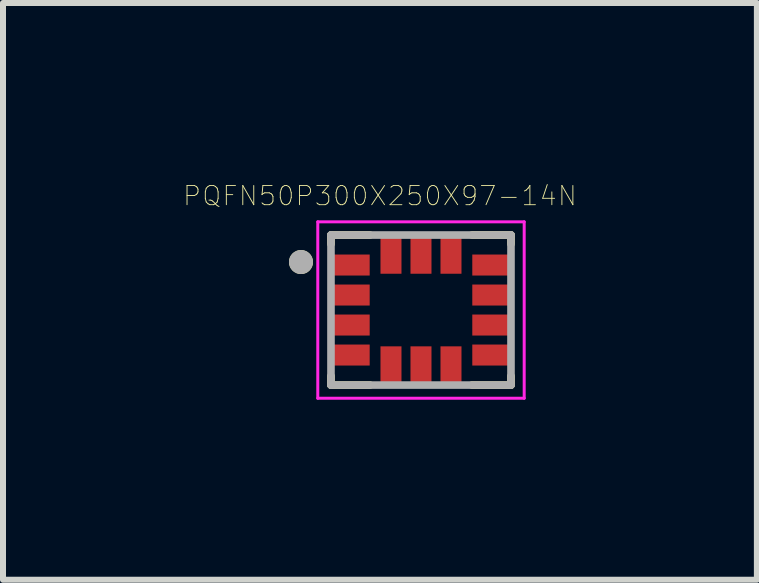
<source format=kicad_pcb>
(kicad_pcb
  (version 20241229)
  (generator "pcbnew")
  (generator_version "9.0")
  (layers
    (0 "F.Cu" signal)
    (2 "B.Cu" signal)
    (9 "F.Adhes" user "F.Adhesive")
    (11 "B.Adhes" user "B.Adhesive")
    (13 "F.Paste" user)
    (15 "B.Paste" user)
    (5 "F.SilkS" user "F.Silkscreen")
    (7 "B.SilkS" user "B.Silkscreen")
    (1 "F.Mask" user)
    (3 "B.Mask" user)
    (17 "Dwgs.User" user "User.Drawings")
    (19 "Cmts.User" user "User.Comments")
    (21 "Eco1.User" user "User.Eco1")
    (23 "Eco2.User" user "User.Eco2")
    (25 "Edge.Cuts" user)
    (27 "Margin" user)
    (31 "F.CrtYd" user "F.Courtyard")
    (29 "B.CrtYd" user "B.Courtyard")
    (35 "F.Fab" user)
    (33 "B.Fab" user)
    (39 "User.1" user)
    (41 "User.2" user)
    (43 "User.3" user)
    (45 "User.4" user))
  (footprint "PQFN50P300X250X97-14N"
    (layer "F.Cu")
    (at 3.966 2.117)
    (property "Reference" "PQFN50P300X250X97-14N" (at -0.684 -1.903 0) (layer "F.SilkS") (effects (font (size 0.32 0.32) (thickness 0.015))))
    (attr through_hole)
    (fp_line (start -1.5 -1.25) (end -0.85 -1.25) (stroke (width 0.127) (type solid)) (layer "F.SilkS"))
    (fp_line (start -1.5 -1.1) (end -1.5 -1.25) (stroke (width 0.127) (type solid)) (layer "F.SilkS"))
    (fp_line (start -1.5 1.1) (end -1.5 1.25) (stroke (width 0.127) (type solid)) (layer "F.SilkS"))
    (fp_line (start -1.5 1.25) (end -0.85 1.25) (stroke (width 0.127) (type solid)) (layer "F.SilkS"))
    (fp_line (start 0.85 -1.25) (end 1.5 -1.25) (stroke (width 0.127) (type solid)) (layer "F.SilkS"))
    (fp_line (start 1.5 -1.25) (end 1.5 -1.1) (stroke (width 0.127) (type solid)) (layer "F.SilkS"))
    (fp_line (start 1.5 1.1) (end 1.5 1.25) (stroke (width 0.127) (type solid)) (layer "F.SilkS"))
    (fp_line (start 1.5 1.25) (end 0.85 1.25) (stroke (width 0.127) (type solid)) (layer "F.SilkS"))
    (fp_circle (center -2 -0.8) (end -1.9 -0.8) (stroke (width 0.2) (type solid)) (fill no) (layer "F.SilkS"))
    (fp_line (start -1.72 -1.47) (end 1.72 -1.47) (stroke (width 0.05) (type solid)) (layer "F.CrtYd"))
    (fp_line (start -1.72 1.47) (end -1.72 -1.47) (stroke (width 0.05) (type solid)) (layer "F.CrtYd"))
    (fp_line (start 1.72 -1.47) (end 1.72 1.47) (stroke (width 0.05) (type solid)) (layer "F.CrtYd"))
    (fp_line (start 1.72 1.47) (end -1.72 1.47) (stroke (width 0.05) (type solid)) (layer "F.CrtYd"))
    (fp_line (start -1.5 -1.25) (end 1.5 -1.25) (stroke (width 0.127) (type solid)) (layer "F.Fab"))
    (fp_line (start -1.5 1.25) (end -1.5 -1.25) (stroke (width 0.127) (type solid)) (layer "F.Fab"))
    (fp_line (start 1.5 -1.25) (end 1.5 1.25) (stroke (width 0.127) (type solid)) (layer "F.Fab"))
    (fp_line (start 1.5 1.25) (end -1.5 1.25) (stroke (width 0.127) (type solid)) (layer "F.Fab"))
    (fp_circle (center -2 -0.8) (end -1.9 -0.8) (stroke (width 0.2) (type solid)) (fill no) (layer "F.Fab"))
    (pad "1" smd rect (at -1.16 -0.75) (size 0.61 0.35) (layers "F.Cu" "F.Mask" "F.Paste"))
    (pad "2" smd rect (at -1.16 -0.25) (size 0.61 0.35) (layers "F.Cu" "F.Mask" "F.Paste"))
    (pad "3" smd rect (at -1.16 0.25) (size 0.61 0.35) (layers "F.Cu" "F.Mask" "F.Paste"))
    (pad "4" smd rect (at -1.16 0.75) (size 0.61 0.35) (layers "F.Cu" "F.Mask" "F.Paste"))
    (pad "5" smd rect (at -0.5 0.91) (size 0.35 0.61) (layers "F.Cu" "F.Mask" "F.Paste"))
    (pad "6" smd rect (at 0 0.91) (size 0.35 0.61) (layers "F.Cu" "F.Mask" "F.Paste"))
    (pad "7" smd rect (at 0.5 0.91) (size 0.35 0.61) (layers "F.Cu" "F.Mask" "F.Paste"))
    (pad "8" smd rect (at 1.16 0.75) (size 0.61 0.35) (layers "F.Cu" "F.Mask" "F.Paste"))
    (pad "9" smd rect (at 1.16 0.25) (size 0.61 0.35) (layers "F.Cu" "F.Mask" "F.Paste"))
    (pad "10" smd rect (at 1.16 -0.25) (size 0.61 0.35) (layers "F.Cu" "F.Mask" "F.Paste"))
    (pad "11" smd rect (at 1.16 -0.75) (size 0.61 0.35) (layers "F.Cu" "F.Mask" "F.Paste"))
    (pad "12" smd rect (at 0.5 -0.91) (size 0.35 0.61) (layers "F.Cu" "F.Mask" "F.Paste"))
    (pad "13" smd rect (at 0 -0.91) (size 0.35 0.61) (layers "F.Cu" "F.Mask" "F.Paste"))
    (pad "14" smd rect (at -0.5 -0.91) (size 0.35 0.61) (layers "F.Cu" "F.Mask" "F.Paste")))
  (gr_rect
    (start -3 -3)
    (end 9.564 6.612)
    (stroke (width 0.1) (type default))
    (fill no)
    (layer "Edge.Cuts")))
</source>
